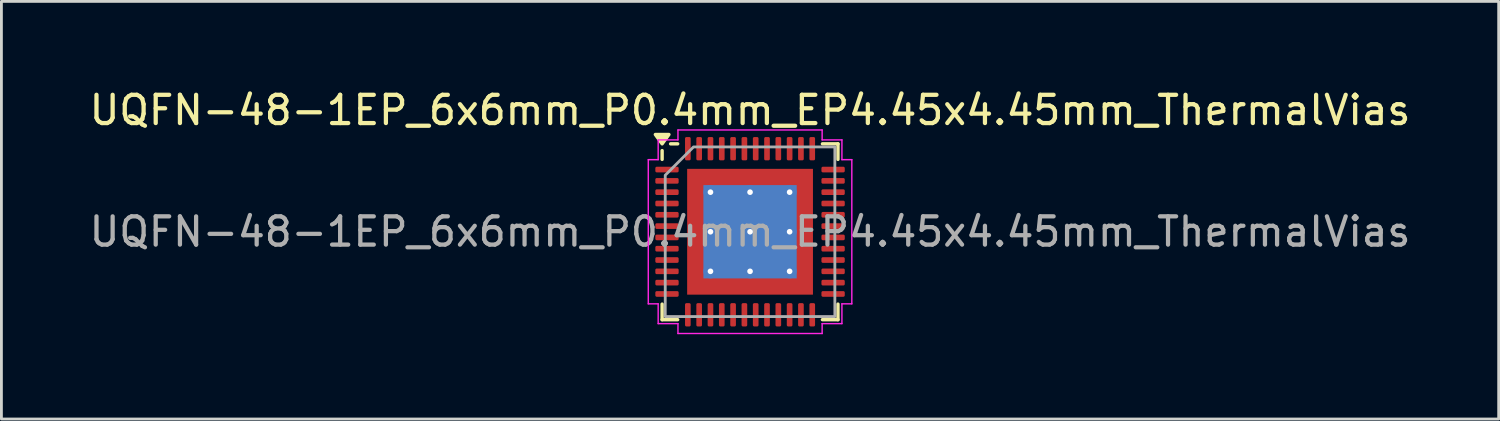
<source format=kicad_pcb>
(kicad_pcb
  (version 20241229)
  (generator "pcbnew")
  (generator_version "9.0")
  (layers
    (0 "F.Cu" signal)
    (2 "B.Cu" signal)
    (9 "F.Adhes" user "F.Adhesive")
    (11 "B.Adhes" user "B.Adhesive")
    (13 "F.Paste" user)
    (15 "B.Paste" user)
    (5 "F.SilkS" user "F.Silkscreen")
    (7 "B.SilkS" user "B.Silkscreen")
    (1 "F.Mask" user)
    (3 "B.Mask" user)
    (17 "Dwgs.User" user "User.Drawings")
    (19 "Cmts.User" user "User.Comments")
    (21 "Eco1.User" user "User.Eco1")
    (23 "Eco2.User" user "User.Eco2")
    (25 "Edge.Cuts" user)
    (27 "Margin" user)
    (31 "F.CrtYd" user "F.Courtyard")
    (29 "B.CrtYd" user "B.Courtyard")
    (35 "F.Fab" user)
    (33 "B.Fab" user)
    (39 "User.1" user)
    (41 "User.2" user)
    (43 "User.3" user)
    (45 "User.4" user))
  (footprint "UQFN-48-1EP_6x6mm_P0.4mm_EP4.45x4.45mm_ThermalVias"
    (layer "F.Cu")
    (at 23.482 5.148)
    (property "Reference" "UQFN-48-1EP_6x6mm_P0.4mm_EP4.45x4.45mm_ThermalVias" (at 0 -4.3 0) (layer "F.SilkS") (effects (font (size 1 1) (thickness 0.15))))
    (attr smd)
    (fp_line (start -3.11 -2.56) (end -3.11 -2.87) (stroke (width 0.12) (type solid)) (layer "F.SilkS"))
    (fp_line (start -3.11 3.11) (end -3.11 2.56) (stroke (width 0.12) (type solid)) (layer "F.SilkS"))
    (fp_line (start -2.56 -3.11) (end -2.81 -3.11) (stroke (width 0.12) (type solid)) (layer "F.SilkS"))
    (fp_line (start -2.56 3.11) (end -3.11 3.11) (stroke (width 0.12) (type solid)) (layer "F.SilkS"))
    (fp_line (start 2.56 -3.11) (end 3.11 -3.11) (stroke (width 0.12) (type solid)) (layer "F.SilkS"))
    (fp_line (start 2.56 3.11) (end 3.11 3.11) (stroke (width 0.12) (type solid)) (layer "F.SilkS"))
    (fp_line (start 3.11 -3.11) (end 3.11 -2.56) (stroke (width 0.12) (type solid)) (layer "F.SilkS"))
    (fp_line (start 3.11 3.11) (end 3.11 2.56) (stroke (width 0.12) (type solid)) (layer "F.SilkS"))
    (fp_poly (pts (xy -3.11 -3.11) (xy -3.35 -3.44) (xy -2.87 -3.44)) (stroke (width 0.12) (type solid)) (fill yes) (layer "F.SilkS"))
    (fp_line (start -3.6 -2.55) (end -3.25 -2.55) (stroke (width 0.05) (type solid)) (layer "F.CrtYd"))
    (fp_line (start -3.6 2.55) (end -3.6 -2.55) (stroke (width 0.05) (type solid)) (layer "F.CrtYd"))
    (fp_line (start -3.25 -3.25) (end -2.55 -3.25) (stroke (width 0.05) (type solid)) (layer "F.CrtYd"))
    (fp_line (start -3.25 -2.55) (end -3.25 -3.25) (stroke (width 0.05) (type solid)) (layer "F.CrtYd"))
    (fp_line (start -3.25 2.55) (end -3.6 2.55) (stroke (width 0.05) (type solid)) (layer "F.CrtYd"))
    (fp_line (start -3.25 3.25) (end -3.25 2.55) (stroke (width 0.05) (type solid)) (layer "F.CrtYd"))
    (fp_line (start -2.55 -3.6) (end 2.55 -3.6) (stroke (width 0.05) (type solid)) (layer "F.CrtYd"))
    (fp_line (start -2.55 -3.25) (end -2.55 -3.6) (stroke (width 0.05) (type solid)) (layer "F.CrtYd"))
    (fp_line (start -2.55 3.25) (end -3.25 3.25) (stroke (width 0.05) (type solid)) (layer "F.CrtYd"))
    (fp_line (start -2.55 3.6) (end -2.55 3.25) (stroke (width 0.05) (type solid)) (layer "F.CrtYd"))
    (fp_line (start 2.55 -3.6) (end 2.55 -3.25) (stroke (width 0.05) (type solid)) (layer "F.CrtYd"))
    (fp_line (start 2.55 -3.25) (end 3.25 -3.25) (stroke (width 0.05) (type solid)) (layer "F.CrtYd"))
    (fp_line (start 2.55 3.25) (end 2.55 3.6) (stroke (width 0.05) (type solid)) (layer "F.CrtYd"))
    (fp_line (start 2.55 3.6) (end -2.55 3.6) (stroke (width 0.05) (type solid)) (layer "F.CrtYd"))
    (fp_line (start 3.25 -3.25) (end 3.25 -2.55) (stroke (width 0.05) (type solid)) (layer "F.CrtYd"))
    (fp_line (start 3.25 -2.55) (end 3.6 -2.55) (stroke (width 0.05) (type solid)) (layer "F.CrtYd"))
    (fp_line (start 3.25 2.55) (end 3.25 3.25) (stroke (width 0.05) (type solid)) (layer "F.CrtYd"))
    (fp_line (start 3.25 3.25) (end 2.55 3.25) (stroke (width 0.05) (type solid)) (layer "F.CrtYd"))
    (fp_line (start 3.6 -2.55) (end 3.6 2.55) (stroke (width 0.05) (type solid)) (layer "F.CrtYd"))
    (fp_line (start 3.6 2.55) (end 3.25 2.55) (stroke (width 0.05) (type solid)) (layer "F.CrtYd"))
    (fp_poly (pts (xy -3 -2) (xy -3 3) (xy 3 3) (xy 3 -3) (xy -2 -3)) (stroke (width 0.1) (type solid)) (fill no) (layer "F.Fab"))
    (fp_text user "${REFERENCE}" (at 0 0 0) (layer "F.Fab") (effects (font (size 1 1) (thickness 0.15))))
    (pad "" smd roundrect (at -1.48 -1.48) (size 1.2 1.2) (layers "F.Paste") (roundrect_rratio 0.208))
    (pad "" smd roundrect (at -1.48 0) (size 1.2 1.2) (layers "F.Paste") (roundrect_rratio 0.208))
    (pad "" smd roundrect (at -1.48 1.48) (size 1.2 1.2) (layers "F.Paste") (roundrect_rratio 0.208))
    (pad "" smd roundrect (at 0 -1.48) (size 1.2 1.2) (layers "F.Paste") (roundrect_rratio 0.208))
    (pad "" smd roundrect (at 0 0) (size 1.2 1.2) (layers "F.Paste") (roundrect_rratio 0.208))
    (pad "" smd roundrect (at 0 1.48) (size 1.2 1.2) (layers "F.Paste") (roundrect_rratio 0.208))
    (pad "" smd roundrect (at 1.48 -1.48) (size 1.2 1.2) (layers "F.Paste") (roundrect_rratio 0.208))
    (pad "" smd roundrect (at 1.48 0) (size 1.2 1.2) (layers "F.Paste") (roundrect_rratio 0.208))
    (pad "" smd roundrect (at 1.48 1.48) (size 1.2 1.2) (layers "F.Paste") (roundrect_rratio 0.208))
    (pad "1" smd roundrect (at -2.938 -2.2) (size 0.825 0.2) (layers "F.Cu" "F.Mask" "F.Paste") (roundrect_rratio 0.25))
    (pad "2" smd roundrect (at -2.938 -1.8) (size 0.825 0.2) (layers "F.Cu" "F.Mask" "F.Paste") (roundrect_rratio 0.25))
    (pad "3" smd roundrect (at -2.938 -1.4) (size 0.825 0.2) (layers "F.Cu" "F.Mask" "F.Paste") (roundrect_rratio 0.25))
    (pad "4" smd roundrect (at -2.938 -1) (size 0.825 0.2) (layers "F.Cu" "F.Mask" "F.Paste") (roundrect_rratio 0.25))
    (pad "5" smd roundrect (at -2.938 -0.6) (size 0.825 0.2) (layers "F.Cu" "F.Mask" "F.Paste") (roundrect_rratio 0.25))
    (pad "6" smd roundrect (at -2.938 -0.2) (size 0.825 0.2) (layers "F.Cu" "F.Mask" "F.Paste") (roundrect_rratio 0.25))
    (pad "7" smd roundrect (at -2.938 0.2) (size 0.825 0.2) (layers "F.Cu" "F.Mask" "F.Paste") (roundrect_rratio 0.25))
    (pad "8" smd roundrect (at -2.938 0.6) (size 0.825 0.2) (layers "F.Cu" "F.Mask" "F.Paste") (roundrect_rratio 0.25))
    (pad "9" smd roundrect (at -2.938 1) (size 0.825 0.2) (layers "F.Cu" "F.Mask" "F.Paste") (roundrect_rratio 0.25))
    (pad "10" smd roundrect (at -2.938 1.4) (size 0.825 0.2) (layers "F.Cu" "F.Mask" "F.Paste") (roundrect_rratio 0.25))
    (pad "11" smd roundrect (at -2.938 1.8) (size 0.825 0.2) (layers "F.Cu" "F.Mask" "F.Paste") (roundrect_rratio 0.25))
    (pad "12" smd roundrect (at -2.938 2.2) (size 0.825 0.2) (layers "F.Cu" "F.Mask" "F.Paste") (roundrect_rratio 0.25))
    (pad "13" smd roundrect (at -2.2 2.938) (size 0.2 0.825) (layers "F.Cu" "F.Mask" "F.Paste") (roundrect_rratio 0.25))
    (pad "14" smd roundrect (at -1.8 2.938) (size 0.2 0.825) (layers "F.Cu" "F.Mask" "F.Paste") (roundrect_rratio 0.25))
    (pad "15" smd roundrect (at -1.4 2.938) (size 0.2 0.825) (layers "F.Cu" "F.Mask" "F.Paste") (roundrect_rratio 0.25))
    (pad "16" smd roundrect (at -1 2.938) (size 0.2 0.825) (layers "F.Cu" "F.Mask" "F.Paste") (roundrect_rratio 0.25))
    (pad "17" smd roundrect (at -0.6 2.938) (size 0.2 0.825) (layers "F.Cu" "F.Mask" "F.Paste") (roundrect_rratio 0.25))
    (pad "18" smd roundrect (at -0.2 2.938) (size 0.2 0.825) (layers "F.Cu" "F.Mask" "F.Paste") (roundrect_rratio 0.25))
    (pad "19" smd roundrect (at 0.2 2.938) (size 0.2 0.825) (layers "F.Cu" "F.Mask" "F.Paste") (roundrect_rratio 0.25))
    (pad "20" smd roundrect (at 0.6 2.938) (size 0.2 0.825) (layers "F.Cu" "F.Mask" "F.Paste") (roundrect_rratio 0.25))
    (pad "21" smd roundrect (at 1 2.938) (size 0.2 0.825) (layers "F.Cu" "F.Mask" "F.Paste") (roundrect_rratio 0.25))
    (pad "22" smd roundrect (at 1.4 2.938) (size 0.2 0.825) (layers "F.Cu" "F.Mask" "F.Paste") (roundrect_rratio 0.25))
    (pad "23" smd roundrect (at 1.8 2.938) (size 0.2 0.825) (layers "F.Cu" "F.Mask" "F.Paste") (roundrect_rratio 0.25))
    (pad "24" smd roundrect (at 2.2 2.938) (size 0.2 0.825) (layers "F.Cu" "F.Mask" "F.Paste") (roundrect_rratio 0.25))
    (pad "25" smd roundrect (at 2.938 2.2) (size 0.825 0.2) (layers "F.Cu" "F.Mask" "F.Paste") (roundrect_rratio 0.25))
    (pad "26" smd roundrect (at 2.938 1.8) (size 0.825 0.2) (layers "F.Cu" "F.Mask" "F.Paste") (roundrect_rratio 0.25))
    (pad "27" smd roundrect (at 2.938 1.4) (size 0.825 0.2) (layers "F.Cu" "F.Mask" "F.Paste") (roundrect_rratio 0.25))
    (pad "28" smd roundrect (at 2.938 1) (size 0.825 0.2) (layers "F.Cu" "F.Mask" "F.Paste") (roundrect_rratio 0.25))
    (pad "29" smd roundrect (at 2.938 0.6) (size 0.825 0.2) (layers "F.Cu" "F.Mask" "F.Paste") (roundrect_rratio 0.25))
    (pad "30" smd roundrect (at 2.938 0.2) (size 0.825 0.2) (layers "F.Cu" "F.Mask" "F.Paste") (roundrect_rratio 0.25))
    (pad "31" smd roundrect (at 2.938 -0.2) (size 0.825 0.2) (layers "F.Cu" "F.Mask" "F.Paste") (roundrect_rratio 0.25))
    (pad "32" smd roundrect (at 2.938 -0.6) (size 0.825 0.2) (layers "F.Cu" "F.Mask" "F.Paste") (roundrect_rratio 0.25))
    (pad "33" smd roundrect (at 2.938 -1) (size 0.825 0.2) (layers "F.Cu" "F.Mask" "F.Paste") (roundrect_rratio 0.25))
    (pad "34" smd roundrect (at 2.938 -1.4) (size 0.825 0.2) (layers "F.Cu" "F.Mask" "F.Paste") (roundrect_rratio 0.25))
    (pad "35" smd roundrect (at 2.938 -1.8) (size 0.825 0.2) (layers "F.Cu" "F.Mask" "F.Paste") (roundrect_rratio 0.25))
    (pad "36" smd roundrect (at 2.938 -2.2) (size 0.825 0.2) (layers "F.Cu" "F.Mask" "F.Paste") (roundrect_rratio 0.25))
    (pad "37" smd roundrect (at 2.2 -2.938) (size 0.2 0.825) (layers "F.Cu" "F.Mask" "F.Paste") (roundrect_rratio 0.25))
    (pad "38" smd roundrect (at 1.8 -2.938) (size 0.2 0.825) (layers "F.Cu" "F.Mask" "F.Paste") (roundrect_rratio 0.25))
    (pad "39" smd roundrect (at 1.4 -2.938) (size 0.2 0.825) (layers "F.Cu" "F.Mask" "F.Paste") (roundrect_rratio 0.25))
    (pad "40" smd roundrect (at 1 -2.938) (size 0.2 0.825) (layers "F.Cu" "F.Mask" "F.Paste") (roundrect_rratio 0.25))
    (pad "41" smd roundrect (at 0.6 -2.938) (size 0.2 0.825) (layers "F.Cu" "F.Mask" "F.Paste") (roundrect_rratio 0.25))
    (pad "42" smd roundrect (at 0.2 -2.938) (size 0.2 0.825) (layers "F.Cu" "F.Mask" "F.Paste") (roundrect_rratio 0.25))
    (pad "43" smd roundrect (at -0.2 -2.938) (size 0.2 0.825) (layers "F.Cu" "F.Mask" "F.Paste") (roundrect_rratio 0.25))
    (pad "44" smd roundrect (at -0.6 -2.938) (size 0.2 0.825) (layers "F.Cu" "F.Mask" "F.Paste") (roundrect_rratio 0.25))
    (pad "45" smd roundrect (at -1 -2.938) (size 0.2 0.825) (layers "F.Cu" "F.Mask" "F.Paste") (roundrect_rratio 0.25))
    (pad "46" smd roundrect (at -1.4 -2.938) (size 0.2 0.825) (layers "F.Cu" "F.Mask" "F.Paste") (roundrect_rratio 0.25))
    (pad "47" smd roundrect (at -1.8 -2.938) (size 0.2 0.825) (layers "F.Cu" "F.Mask" "F.Paste") (roundrect_rratio 0.25))
    (pad "48" smd roundrect (at -2.2 -2.938) (size 0.2 0.825) (layers "F.Cu" "F.Mask" "F.Paste") (roundrect_rratio 0.25))
    (pad "49" thru_hole circle (at -1.4 -1.4) (size 0.5 0.5) (drill 0.2) (property pad_prop_heatsink) (layers "*.Cu"))
    (pad "49" thru_hole circle (at -1.4 0) (size 0.5 0.5) (drill 0.2) (property pad_prop_heatsink) (layers "*.Cu"))
    (pad "49" thru_hole circle (at -1.4 1.4) (size 0.5 0.5) (drill 0.2) (property pad_prop_heatsink) (layers "*.Cu"))
    (pad "49" thru_hole circle (at 0 -1.4) (size 0.5 0.5) (drill 0.2) (property pad_prop_heatsink) (layers "*.Cu"))
    (pad "49" thru_hole circle (at 0 0) (size 0.5 0.5) (drill 0.2) (property pad_prop_heatsink) (layers "*.Cu"))
    (pad "49" smd rect (at 0 0) (size 3.3 3.3) (property pad_prop_heatsink) (layers "B.Cu"))
    (pad "49" smd rect (at 0 0) (size 4.45 4.45) (property pad_prop_heatsink) (layers "F.Cu" "F.Mask"))
    (pad "49" thru_hole circle (at 0 1.4) (size 0.5 0.5) (drill 0.2) (property pad_prop_heatsink) (layers "*.Cu"))
    (pad "49" thru_hole circle (at 1.4 -1.4) (size 0.5 0.5) (drill 0.2) (property pad_prop_heatsink) (layers "*.Cu"))
    (pad "49" thru_hole circle (at 1.4 0) (size 0.5 0.5) (drill 0.2) (property pad_prop_heatsink) (layers "*.Cu"))
    (pad "49" thru_hole circle (at 1.4 1.4) (size 0.5 0.5) (drill 0.2) (property pad_prop_heatsink) (layers "*.Cu")))
  (gr_rect
    (start -3 -3)
    (end 49.964 11.773)
    (stroke (width 0.1) (type default))
    (fill no)
    (layer "Edge.Cuts")))
</source>
